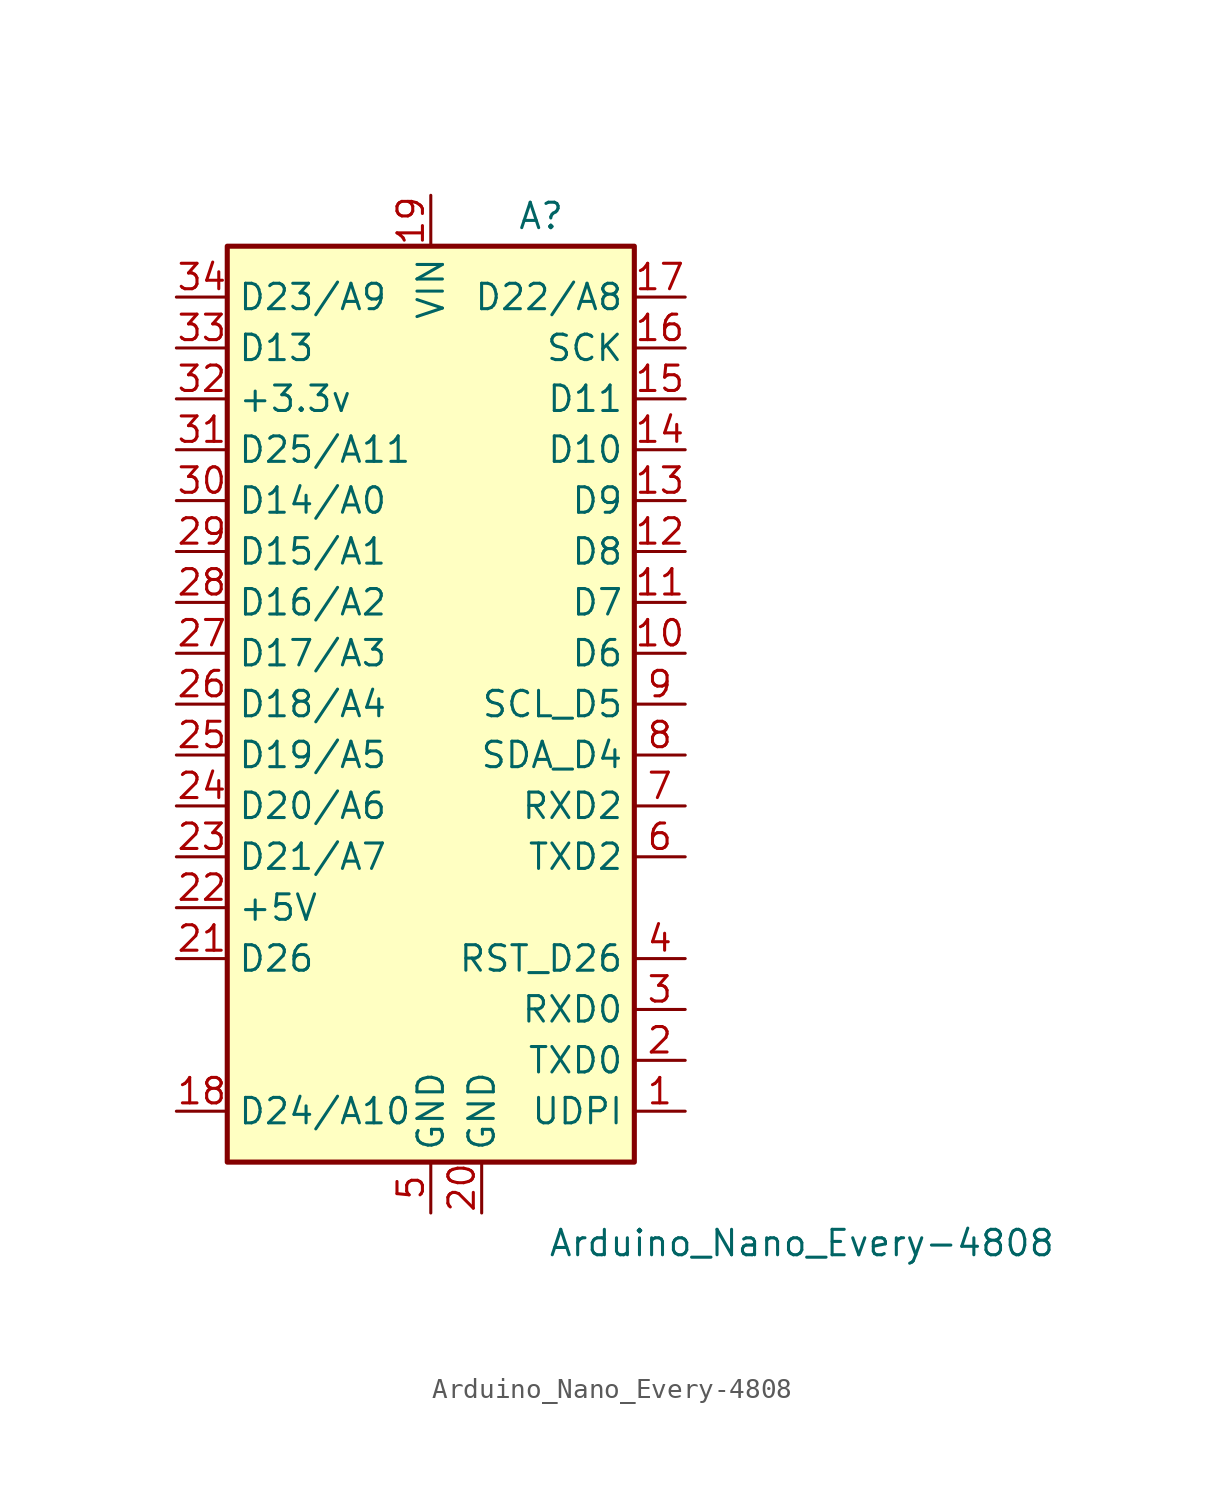
<source format=kicad_sym>
(kicad_symbol_lib
  (version 20231120)
  (generator "kicad_symbol_editor")
  (generator_version "8.0")
  (symbol "Arduino_Nano_Every-4808"
    (property "Reference" "A"
      (at 4.318 22.352 0)
      (effects (font (size 1.27 1.27)) (justify left bottom)))
    (property "Value" "Arduino_Nano_Every-4808"
      (at 5.842 -27.432 0)
      (effects (font (size 1.27 1.27)) (justify left top)))
    (symbol "Arduino_Nano_Every-4808_0_1"
      (rectangle (start -10.16 21.59) (end 10.16 -24.13) (stroke (width 0.254) (type default)) (fill (type background))))
    (symbol "Arduino_Nano_Every-4808_1_1"
      (pin bidirectional line (at 12.7 -21.59 180) (length 2.54) (name "UDPI" (effects (font (size 1.27 1.27)))) (number "1" (effects (font (size 1.27 1.27)))))
      (pin bidirectional line (at 12.7 1.27 180) (length 2.54) (name "D6" (effects (font (size 1.27 1.27)))) (number "10" (effects (font (size 1.27 1.27)))))
      (pin bidirectional line (at 12.7 3.81 180) (length 2.54) (name "D7" (effects (font (size 1.27 1.27)))) (number "11" (effects (font (size 1.27 1.27)))))
      (pin bidirectional line (at 12.7 6.35 180) (length 2.54) (name "D8" (effects (font (size 1.27 1.27)))) (number "12" (effects (font (size 1.27 1.27)))))
      (pin bidirectional line (at 12.7 8.89 180) (length 2.54) (name "D9" (effects (font (size 1.27 1.27)))) (number "13" (effects (font (size 1.27 1.27)))))
      (pin bidirectional line (at 12.7 11.43 180) (length 2.54) (name "D10" (effects (font (size 1.27 1.27)))) (number "14" (effects (font (size 1.27 1.27)))))
      (pin bidirectional line (at 12.7 13.97 180) (length 2.54) (name "D11" (effects (font (size 1.27 1.27)))) (number "15" (effects (font (size 1.27 1.27)))))
      (pin bidirectional line (at 12.7 16.51 180) (length 2.54) (name "SCK" (effects (font (size 1.27 1.27)))) (number "16" (effects (font (size 1.27 1.27)))))
      (pin bidirectional line (at 12.7 19.05 180) (length 2.54) (name "D22/A8" (effects (font (size 1.27 1.27)))) (number "17" (effects (font (size 1.27 1.27)))))
      (pin bidirectional line (at -12.7 -21.59 0) (length 2.54) (name "D24/A10" (effects (font (size 1.27 1.27)))) (number "18" (effects (font (size 1.27 1.27)))))
      (pin power_in line (at 0 24.13 270) (length 2.54) (name "VIN" (effects (font (size 1.27 1.27)))) (number "19" (effects (font (size 1.27 1.27)))))
      (pin output line (at 12.7 -19.05 180) (length 2.54) (name "TXD0" (effects (font (size 1.27 1.27)))) (number "2" (effects (font (size 1.27 1.27)))))
      (pin power_in line (at 2.54 -26.67 90) (length 2.54) (name "GND" (effects (font (size 1.27 1.27)))) (number "20" (effects (font (size 1.27 1.27)))))
      (pin bidirectional line (at -12.7 -13.97 0) (length 2.54) (name "D26" (effects (font (size 1.27 1.27)))) (number "21" (effects (font (size 1.27 1.27)))))
      (pin power_out line (at -12.7 -11.43 0) (length 2.54) (name "+5V" (effects (font (size 1.27 1.27)))) (number "22" (effects (font (size 1.27 1.27)))))
      (pin bidirectional line (at -12.7 -8.89 0) (length 2.54) (name "D21/A7" (effects (font (size 1.27 1.27)))) (number "23" (effects (font (size 1.27 1.27)))))
      (pin bidirectional line (at -12.7 -6.35 0) (length 2.54) (name "D20/A6" (effects (font (size 1.27 1.27)))) (number "24" (effects (font (size 1.27 1.27)))))
      (pin bidirectional line (at -12.7 -3.81 0) (length 2.54) (name "D19/A5" (effects (font (size 1.27 1.27)))) (number "25" (effects (font (size 1.27 1.27)))))
      (pin bidirectional line (at -12.7 -1.27 0) (length 2.54) (name "D18/A4" (effects (font (size 1.27 1.27)))) (number "26" (effects (font (size 1.27 1.27)))))
      (pin bidirectional line (at -12.7 1.27 0) (length 2.54) (name "D17/A3" (effects (font (size 1.27 1.27)))) (number "27" (effects (font (size 1.27 1.27)))))
      (pin bidirectional line (at -12.7 3.81 0) (length 2.54) (name "D16/A2" (effects (font (size 1.27 1.27)))) (number "28" (effects (font (size 1.27 1.27)))))
      (pin bidirectional line (at -12.7 6.35 0) (length 2.54) (name "D15/A1" (effects (font (size 1.27 1.27)))) (number "29" (effects (font (size 1.27 1.27)))))
      (pin input line (at 12.7 -16.51 180) (length 2.54) (name "RXD0" (effects (font (size 1.27 1.27)))) (number "3" (effects (font (size 1.27 1.27)))))
      (pin bidirectional line (at -12.7 8.89 0) (length 2.54) (name "D14/A0" (effects (font (size 1.27 1.27)))) (number "30" (effects (font (size 1.27 1.27)))))
      (pin bidirectional line (at -12.7 11.43 0) (length 2.54) (name "D25/A11" (effects (font (size 1.27 1.27)))) (number "31" (effects (font (size 1.27 1.27)))))
      (pin power_out line (at -12.7 13.97 0) (length 2.54) (name "+3.3v" (effects (font (size 1.27 1.27)))) (number "32" (effects (font (size 1.27 1.27)))))
      (pin bidirectional line (at -12.7 16.51 0) (length 2.54) (name "D13" (effects (font (size 1.27 1.27)))) (number "33" (effects (font (size 1.27 1.27)))))
      (pin bidirectional line (at -12.7 19.05 0) (length 2.54) (name "D23/A9" (effects (font (size 1.27 1.27)))) (number "34" (effects (font (size 1.27 1.27)))))
      (pin bidirectional line (at 12.7 -13.97 180) (length 2.54) (name "RST_D26" (effects (font (size 1.27 1.27)))) (number "4" (effects (font (size 1.27 1.27)))))
      (pin power_in line (at 0 -26.67 90) (length 2.54) (name "GND" (effects (font (size 1.27 1.27)))) (number "5" (effects (font (size 1.27 1.27)))))
      (pin output line (at 12.7 -8.89 180) (length 2.54) (name "TXD2" (effects (font (size 1.27 1.27)))) (number "6" (effects (font (size 1.27 1.27)))))
      (pin input line (at 12.7 -6.35 180) (length 2.54) (name "RXD2" (effects (font (size 1.27 1.27)))) (number "7" (effects (font (size 1.27 1.27)))))
      (pin bidirectional line (at 12.7 -3.81 180) (length 2.54) (name "SDA_D4" (effects (font (size 1.27 1.27)))) (number "8" (effects (font (size 1.27 1.27)))))
      (pin bidirectional line (at 12.7 -1.27 180) (length 2.54) (name "SCL_D5" (effects (font (size 1.27 1.27)))) (number "9" (effects (font (size 1.27 1.27))))))))
</source>
